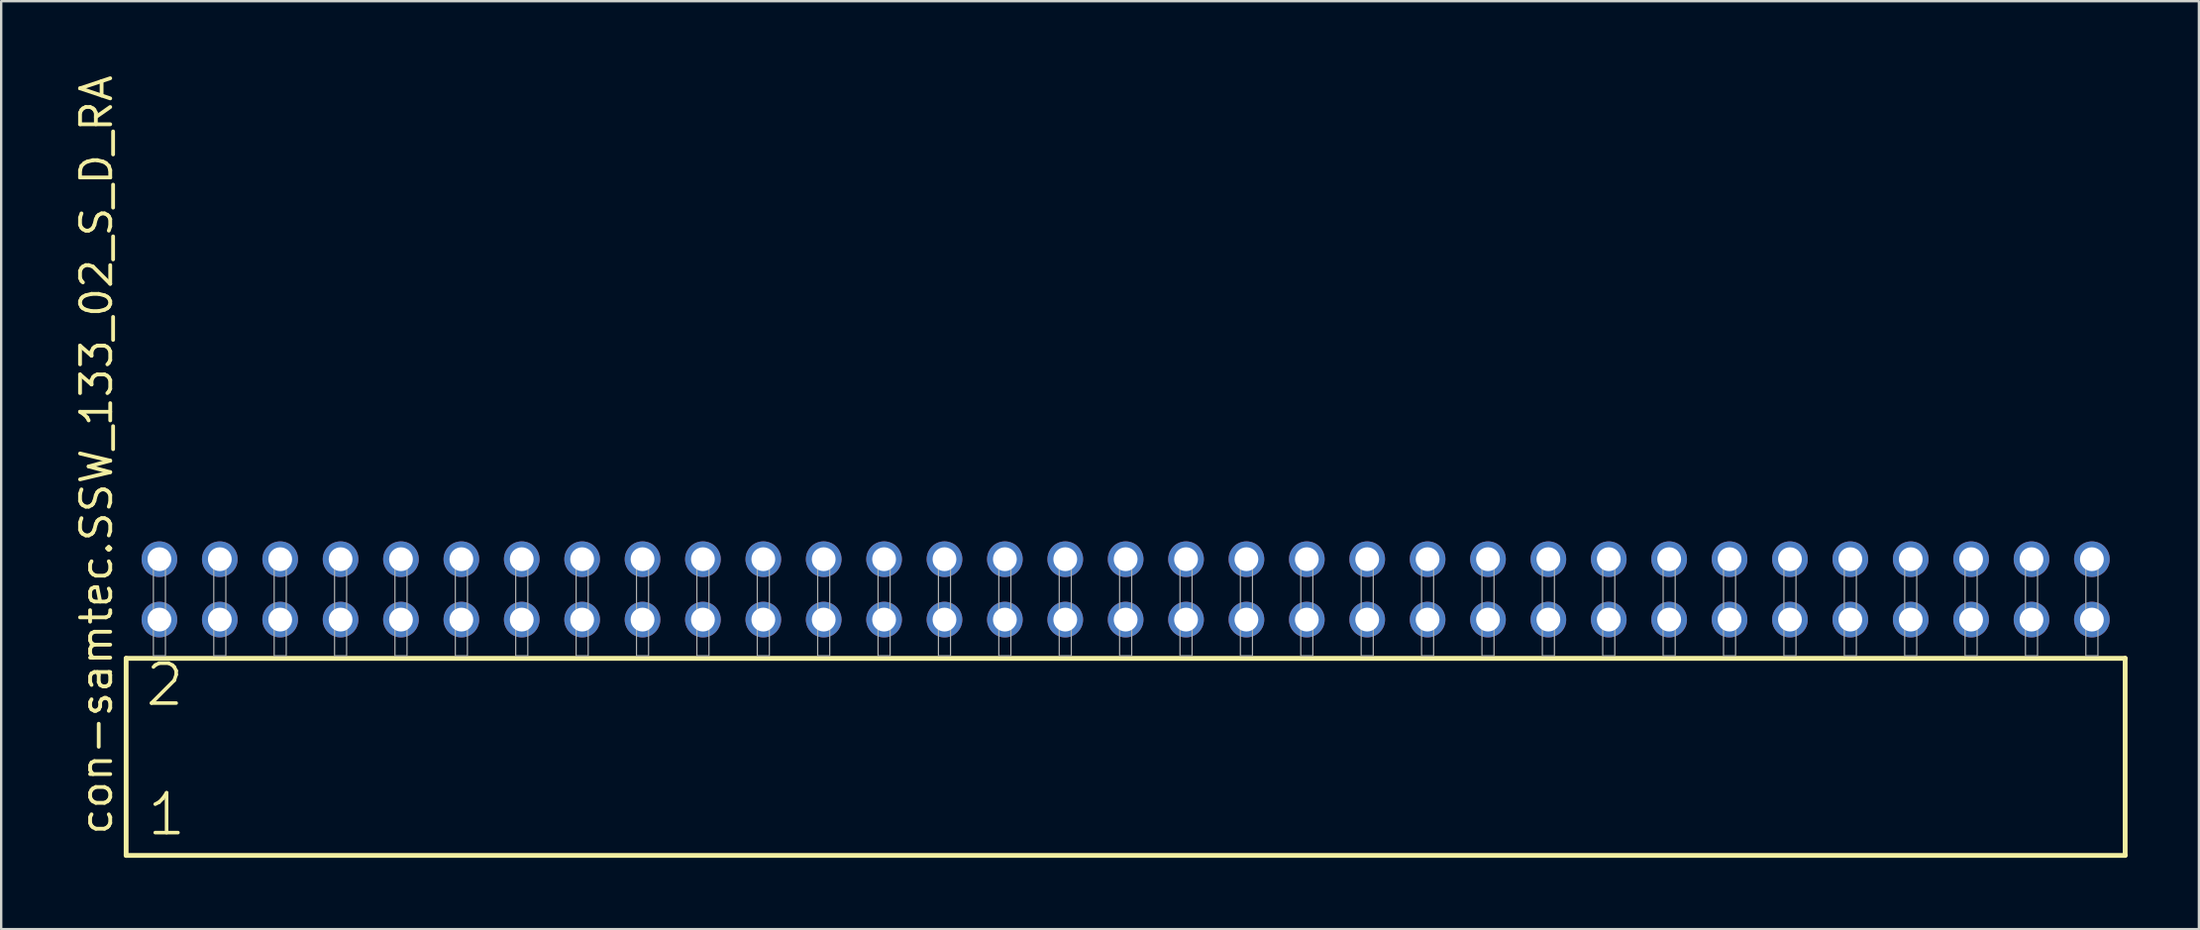
<source format=kicad_pcb>
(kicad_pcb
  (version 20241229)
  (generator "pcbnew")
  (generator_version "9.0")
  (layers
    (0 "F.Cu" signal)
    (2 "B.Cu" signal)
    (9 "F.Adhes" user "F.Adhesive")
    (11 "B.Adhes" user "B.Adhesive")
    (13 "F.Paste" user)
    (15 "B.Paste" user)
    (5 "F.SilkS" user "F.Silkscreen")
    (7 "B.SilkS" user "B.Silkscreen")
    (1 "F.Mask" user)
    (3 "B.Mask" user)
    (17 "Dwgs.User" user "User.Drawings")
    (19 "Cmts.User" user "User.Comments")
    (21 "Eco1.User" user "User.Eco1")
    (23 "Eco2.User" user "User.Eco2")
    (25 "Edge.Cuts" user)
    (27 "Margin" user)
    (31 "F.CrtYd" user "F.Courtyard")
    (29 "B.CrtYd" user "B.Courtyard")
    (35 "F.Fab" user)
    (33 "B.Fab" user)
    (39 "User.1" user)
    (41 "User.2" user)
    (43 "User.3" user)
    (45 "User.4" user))
  (footprint "con-samtec.SSW_133_02_S_D_RA"
    (layer "F.Cu")
    (at 44.295 24.537)
    (property "Reference" "con-samtec.SSW_133_02_S_D_RA" (at -42.545 7.62 90) (layer "F.SilkS") (effects (font (size 1.27 1.27) (thickness 0.16)) (justify left bottom)))
    (attr through_hole)
    (fp_line (start -42.039 0.106) (end -42.039 8.396) (stroke (width 0.203) (type default)) (layer "F.SilkS"))
    (fp_line (start -42.039 8.396) (end 42.039 8.396) (stroke (width 0.203) (type default)) (layer "F.SilkS"))
    (fp_line (start 42.039 0.106) (end -42.039 0.106) (stroke (width 0.203) (type default)) (layer "F.SilkS"))
    (fp_line (start 42.039 8.396) (end 42.039 0.106) (stroke (width 0.203) (type default)) (layer "F.SilkS"))
    (fp_rect (start -40.894 0) (end -40.386 -4.318) (stroke (width 0.05) (type default)) (fill no) (layer "F.Fab"))
    (fp_rect (start -38.354 0) (end -37.846 -4.318) (stroke (width 0.05) (type default)) (fill no) (layer "F.Fab"))
    (fp_rect (start -35.814 0) (end -35.306 -4.318) (stroke (width 0.05) (type default)) (fill no) (layer "F.Fab"))
    (fp_rect (start -33.274 0) (end -32.766 -4.318) (stroke (width 0.05) (type default)) (fill no) (layer "F.Fab"))
    (fp_rect (start -30.734 0) (end -30.226 -4.318) (stroke (width 0.05) (type default)) (fill no) (layer "F.Fab"))
    (fp_rect (start -28.194 0) (end -27.686 -4.318) (stroke (width 0.05) (type default)) (fill no) (layer "F.Fab"))
    (fp_rect (start -25.654 0) (end -25.146 -4.318) (stroke (width 0.05) (type default)) (fill no) (layer "F.Fab"))
    (fp_rect (start -23.114 0) (end -22.606 -4.318) (stroke (width 0.05) (type default)) (fill no) (layer "F.Fab"))
    (fp_rect (start -20.574 0) (end -20.066 -4.318) (stroke (width 0.05) (type default)) (fill no) (layer "F.Fab"))
    (fp_rect (start -18.034 0) (end -17.526 -4.318) (stroke (width 0.05) (type default)) (fill no) (layer "F.Fab"))
    (fp_rect (start -15.494 0) (end -14.986 -4.318) (stroke (width 0.05) (type default)) (fill no) (layer "F.Fab"))
    (fp_rect (start -12.954 0) (end -12.446 -4.318) (stroke (width 0.05) (type default)) (fill no) (layer "F.Fab"))
    (fp_rect (start -10.414 0) (end -9.906 -4.318) (stroke (width 0.05) (type default)) (fill no) (layer "F.Fab"))
    (fp_rect (start -7.874 0) (end -7.366 -4.318) (stroke (width 0.05) (type default)) (fill no) (layer "F.Fab"))
    (fp_rect (start -5.334 0) (end -4.826 -4.318) (stroke (width 0.05) (type default)) (fill no) (layer "F.Fab"))
    (fp_rect (start -2.794 0) (end -2.286 -4.318) (stroke (width 0.05) (type default)) (fill no) (layer "F.Fab"))
    (fp_rect (start -0.254 0) (end 0.254 -4.318) (stroke (width 0.05) (type default)) (fill no) (layer "F.Fab"))
    (fp_rect (start 2.286 0) (end 2.794 -4.318) (stroke (width 0.05) (type default)) (fill no) (layer "F.Fab"))
    (fp_rect (start 4.826 0) (end 5.334 -4.318) (stroke (width 0.05) (type default)) (fill no) (layer "F.Fab"))
    (fp_rect (start 7.366 0) (end 7.874 -4.318) (stroke (width 0.05) (type default)) (fill no) (layer "F.Fab"))
    (fp_rect (start 9.906 0) (end 10.414 -4.318) (stroke (width 0.05) (type default)) (fill no) (layer "F.Fab"))
    (fp_rect (start 12.446 0) (end 12.954 -4.318) (stroke (width 0.05) (type default)) (fill no) (layer "F.Fab"))
    (fp_rect (start 14.986 0) (end 15.494 -4.318) (stroke (width 0.05) (type default)) (fill no) (layer "F.Fab"))
    (fp_rect (start 17.526 0) (end 18.034 -4.318) (stroke (width 0.05) (type default)) (fill no) (layer "F.Fab"))
    (fp_rect (start 20.066 0) (end 20.574 -4.318) (stroke (width 0.05) (type default)) (fill no) (layer "F.Fab"))
    (fp_rect (start 22.606 0) (end 23.114 -4.318) (stroke (width 0.05) (type default)) (fill no) (layer "F.Fab"))
    (fp_rect (start 25.146 0) (end 25.654 -4.318) (stroke (width 0.05) (type default)) (fill no) (layer "F.Fab"))
    (fp_rect (start 27.686 0) (end 28.194 -4.318) (stroke (width 0.05) (type default)) (fill no) (layer "F.Fab"))
    (fp_rect (start 30.226 0) (end 30.734 -4.318) (stroke (width 0.05) (type default)) (fill no) (layer "F.Fab"))
    (fp_rect (start 32.766 0) (end 33.274 -4.318) (stroke (width 0.05) (type default)) (fill no) (layer "F.Fab"))
    (fp_rect (start 35.306 0) (end 35.814 -4.318) (stroke (width 0.05) (type default)) (fill no) (layer "F.Fab"))
    (fp_rect (start 37.846 0) (end 38.354 -4.318) (stroke (width 0.05) (type default)) (fill no) (layer "F.Fab"))
    (fp_rect (start 40.386 0) (end 40.894 -4.318) (stroke (width 0.05) (type default)) (fill no) (layer "F.Fab"))
    (fp_text user "1" (at -41.235 7.65 0) (layer "F.SilkS") (effects (font (size 1.676 1.676) (thickness 0.15)) (justify left bottom)))
    (fp_text user "2" (at -41.31 2.2 0) (layer "F.SilkS") (effects (font (size 1.676 1.676) (thickness 0.15)) (justify left bottom)))
    (pad "1" thru_hole circle (at -40.64 -1.524) (size 1.5 1.5) (drill 1) (layers "*.Cu" "*.Mask"))
    (pad "2" thru_hole circle (at -40.64 -4.064) (size 1.5 1.5) (drill 1) (layers "*.Cu" "*.Mask"))
    (pad "3" thru_hole circle (at -38.1 -1.524) (size 1.5 1.5) (drill 1) (layers "*.Cu" "*.Mask"))
    (pad "4" thru_hole circle (at -38.1 -4.064) (size 1.5 1.5) (drill 1) (layers "*.Cu" "*.Mask"))
    (pad "5" thru_hole circle (at -35.56 -1.524) (size 1.5 1.5) (drill 1) (layers "*.Cu" "*.Mask"))
    (pad "6" thru_hole circle (at -35.56 -4.064) (size 1.5 1.5) (drill 1) (layers "*.Cu" "*.Mask"))
    (pad "7" thru_hole circle (at -33.02 -1.524) (size 1.5 1.5) (drill 1) (layers "*.Cu" "*.Mask"))
    (pad "8" thru_hole circle (at -33.02 -4.064) (size 1.5 1.5) (drill 1) (layers "*.Cu" "*.Mask"))
    (pad "9" thru_hole circle (at -30.48 -1.524) (size 1.5 1.5) (drill 1) (layers "*.Cu" "*.Mask"))
    (pad "10" thru_hole circle (at -30.48 -4.064) (size 1.5 1.5) (drill 1) (layers "*.Cu" "*.Mask"))
    (pad "11" thru_hole circle (at -27.94 -1.524) (size 1.5 1.5) (drill 1) (layers "*.Cu" "*.Mask"))
    (pad "12" thru_hole circle (at -27.94 -4.064) (size 1.5 1.5) (drill 1) (layers "*.Cu" "*.Mask"))
    (pad "13" thru_hole circle (at -25.4 -1.524) (size 1.5 1.5) (drill 1) (layers "*.Cu" "*.Mask"))
    (pad "14" thru_hole circle (at -25.4 -4.064) (size 1.5 1.5) (drill 1) (layers "*.Cu" "*.Mask"))
    (pad "15" thru_hole circle (at -22.86 -1.524) (size 1.5 1.5) (drill 1) (layers "*.Cu" "*.Mask"))
    (pad "16" thru_hole circle (at -22.86 -4.064) (size 1.5 1.5) (drill 1) (layers "*.Cu" "*.Mask"))
    (pad "17" thru_hole circle (at -20.32 -1.524) (size 1.5 1.5) (drill 1) (layers "*.Cu" "*.Mask"))
    (pad "18" thru_hole circle (at -20.32 -4.064) (size 1.5 1.5) (drill 1) (layers "*.Cu" "*.Mask"))
    (pad "19" thru_hole circle (at -17.78 -1.524) (size 1.5 1.5) (drill 1) (layers "*.Cu" "*.Mask"))
    (pad "20" thru_hole circle (at -17.78 -4.064) (size 1.5 1.5) (drill 1) (layers "*.Cu" "*.Mask"))
    (pad "21" thru_hole circle (at -15.24 -1.524) (size 1.5 1.5) (drill 1) (layers "*.Cu" "*.Mask"))
    (pad "22" thru_hole circle (at -15.24 -4.064) (size 1.5 1.5) (drill 1) (layers "*.Cu" "*.Mask"))
    (pad "23" thru_hole circle (at -12.7 -1.524) (size 1.5 1.5) (drill 1) (layers "*.Cu" "*.Mask"))
    (pad "24" thru_hole circle (at -12.7 -4.064) (size 1.5 1.5) (drill 1) (layers "*.Cu" "*.Mask"))
    (pad "25" thru_hole circle (at -10.16 -1.524) (size 1.5 1.5) (drill 1) (layers "*.Cu" "*.Mask"))
    (pad "26" thru_hole circle (at -10.16 -4.064) (size 1.5 1.5) (drill 1) (layers "*.Cu" "*.Mask"))
    (pad "27" thru_hole circle (at -7.62 -1.524) (size 1.5 1.5) (drill 1) (layers "*.Cu" "*.Mask"))
    (pad "28" thru_hole circle (at -7.62 -4.064) (size 1.5 1.5) (drill 1) (layers "*.Cu" "*.Mask"))
    (pad "29" thru_hole circle (at -5.08 -1.524) (size 1.5 1.5) (drill 1) (layers "*.Cu" "*.Mask"))
    (pad "30" thru_hole circle (at -5.08 -4.064) (size 1.5 1.5) (drill 1) (layers "*.Cu" "*.Mask"))
    (pad "31" thru_hole circle (at -2.54 -1.524) (size 1.5 1.5) (drill 1) (layers "*.Cu" "*.Mask"))
    (pad "32" thru_hole circle (at -2.54 -4.064) (size 1.5 1.5) (drill 1) (layers "*.Cu" "*.Mask"))
    (pad "33" thru_hole circle (at 0 -1.524) (size 1.5 1.5) (drill 1) (layers "*.Cu" "*.Mask"))
    (pad "34" thru_hole circle (at 0 -4.064) (size 1.5 1.5) (drill 1) (layers "*.Cu" "*.Mask"))
    (pad "35" thru_hole circle (at 2.54 -1.524) (size 1.5 1.5) (drill 1) (layers "*.Cu" "*.Mask"))
    (pad "36" thru_hole circle (at 2.54 -4.064) (size 1.5 1.5) (drill 1) (layers "*.Cu" "*.Mask"))
    (pad "37" thru_hole circle (at 5.08 -1.524) (size 1.5 1.5) (drill 1) (layers "*.Cu" "*.Mask"))
    (pad "38" thru_hole circle (at 5.08 -4.064) (size 1.5 1.5) (drill 1) (layers "*.Cu" "*.Mask"))
    (pad "39" thru_hole circle (at 7.62 -1.524) (size 1.5 1.5) (drill 1) (layers "*.Cu" "*.Mask"))
    (pad "40" thru_hole circle (at 7.62 -4.064) (size 1.5 1.5) (drill 1) (layers "*.Cu" "*.Mask"))
    (pad "41" thru_hole circle (at 10.16 -1.524) (size 1.5 1.5) (drill 1) (layers "*.Cu" "*.Mask"))
    (pad "42" thru_hole circle (at 10.16 -4.064) (size 1.5 1.5) (drill 1) (layers "*.Cu" "*.Mask"))
    (pad "43" thru_hole circle (at 12.7 -1.524) (size 1.5 1.5) (drill 1) (layers "*.Cu" "*.Mask"))
    (pad "44" thru_hole circle (at 12.7 -4.064) (size 1.5 1.5) (drill 1) (layers "*.Cu" "*.Mask"))
    (pad "45" thru_hole circle (at 15.24 -1.524) (size 1.5 1.5) (drill 1) (layers "*.Cu" "*.Mask"))
    (pad "46" thru_hole circle (at 15.24 -4.064) (size 1.5 1.5) (drill 1) (layers "*.Cu" "*.Mask"))
    (pad "47" thru_hole circle (at 17.78 -1.524) (size 1.5 1.5) (drill 1) (layers "*.Cu" "*.Mask"))
    (pad "48" thru_hole circle (at 17.78 -4.064) (size 1.5 1.5) (drill 1) (layers "*.Cu" "*.Mask"))
    (pad "49" thru_hole circle (at 20.32 -1.524) (size 1.5 1.5) (drill 1) (layers "*.Cu" "*.Mask"))
    (pad "50" thru_hole circle (at 20.32 -4.064) (size 1.5 1.5) (drill 1) (layers "*.Cu" "*.Mask"))
    (pad "51" thru_hole circle (at 22.86 -1.524) (size 1.5 1.5) (drill 1) (layers "*.Cu" "*.Mask"))
    (pad "52" thru_hole circle (at 22.86 -4.064) (size 1.5 1.5) (drill 1) (layers "*.Cu" "*.Mask"))
    (pad "53" thru_hole circle (at 25.4 -1.524) (size 1.5 1.5) (drill 1) (layers "*.Cu" "*.Mask"))
    (pad "54" thru_hole circle (at 25.4 -4.064) (size 1.5 1.5) (drill 1) (layers "*.Cu" "*.Mask"))
    (pad "55" thru_hole circle (at 27.94 -1.524) (size 1.5 1.5) (drill 1) (layers "*.Cu" "*.Mask"))
    (pad "56" thru_hole circle (at 27.94 -4.064) (size 1.5 1.5) (drill 1) (layers "*.Cu" "*.Mask"))
    (pad "57" thru_hole circle (at 30.48 -1.524) (size 1.5 1.5) (drill 1) (layers "*.Cu" "*.Mask"))
    (pad "58" thru_hole circle (at 30.48 -4.064) (size 1.5 1.5) (drill 1) (layers "*.Cu" "*.Mask"))
    (pad "59" thru_hole circle (at 33.02 -1.524) (size 1.5 1.5) (drill 1) (layers "*.Cu" "*.Mask"))
    (pad "60" thru_hole circle (at 33.02 -4.064) (size 1.5 1.5) (drill 1) (layers "*.Cu" "*.Mask"))
    (pad "61" thru_hole circle (at 35.56 -1.524) (size 1.5 1.5) (drill 1) (layers "*.Cu" "*.Mask"))
    (pad "62" thru_hole circle (at 35.56 -4.064) (size 1.5 1.5) (drill 1) (layers "*.Cu" "*.Mask"))
    (pad "63" thru_hole circle (at 38.1 -1.524) (size 1.5 1.5) (drill 1) (layers "*.Cu" "*.Mask"))
    (pad "64" thru_hole circle (at 38.1 -4.064) (size 1.5 1.5) (drill 1) (layers "*.Cu" "*.Mask"))
    (pad "65" thru_hole circle (at 40.64 -1.524) (size 1.5 1.5) (drill 1) (layers "*.Cu" "*.Mask"))
    (pad "66" thru_hole circle (at 40.64 -4.064) (size 1.5 1.5) (drill 1) (layers "*.Cu" "*.Mask")))
  (gr_rect
    (start -3 -3)
    (end 89.436 36.035)
    (stroke (width 0.1) (type default))
    (fill no)
    (layer "Edge.Cuts")))
</source>
